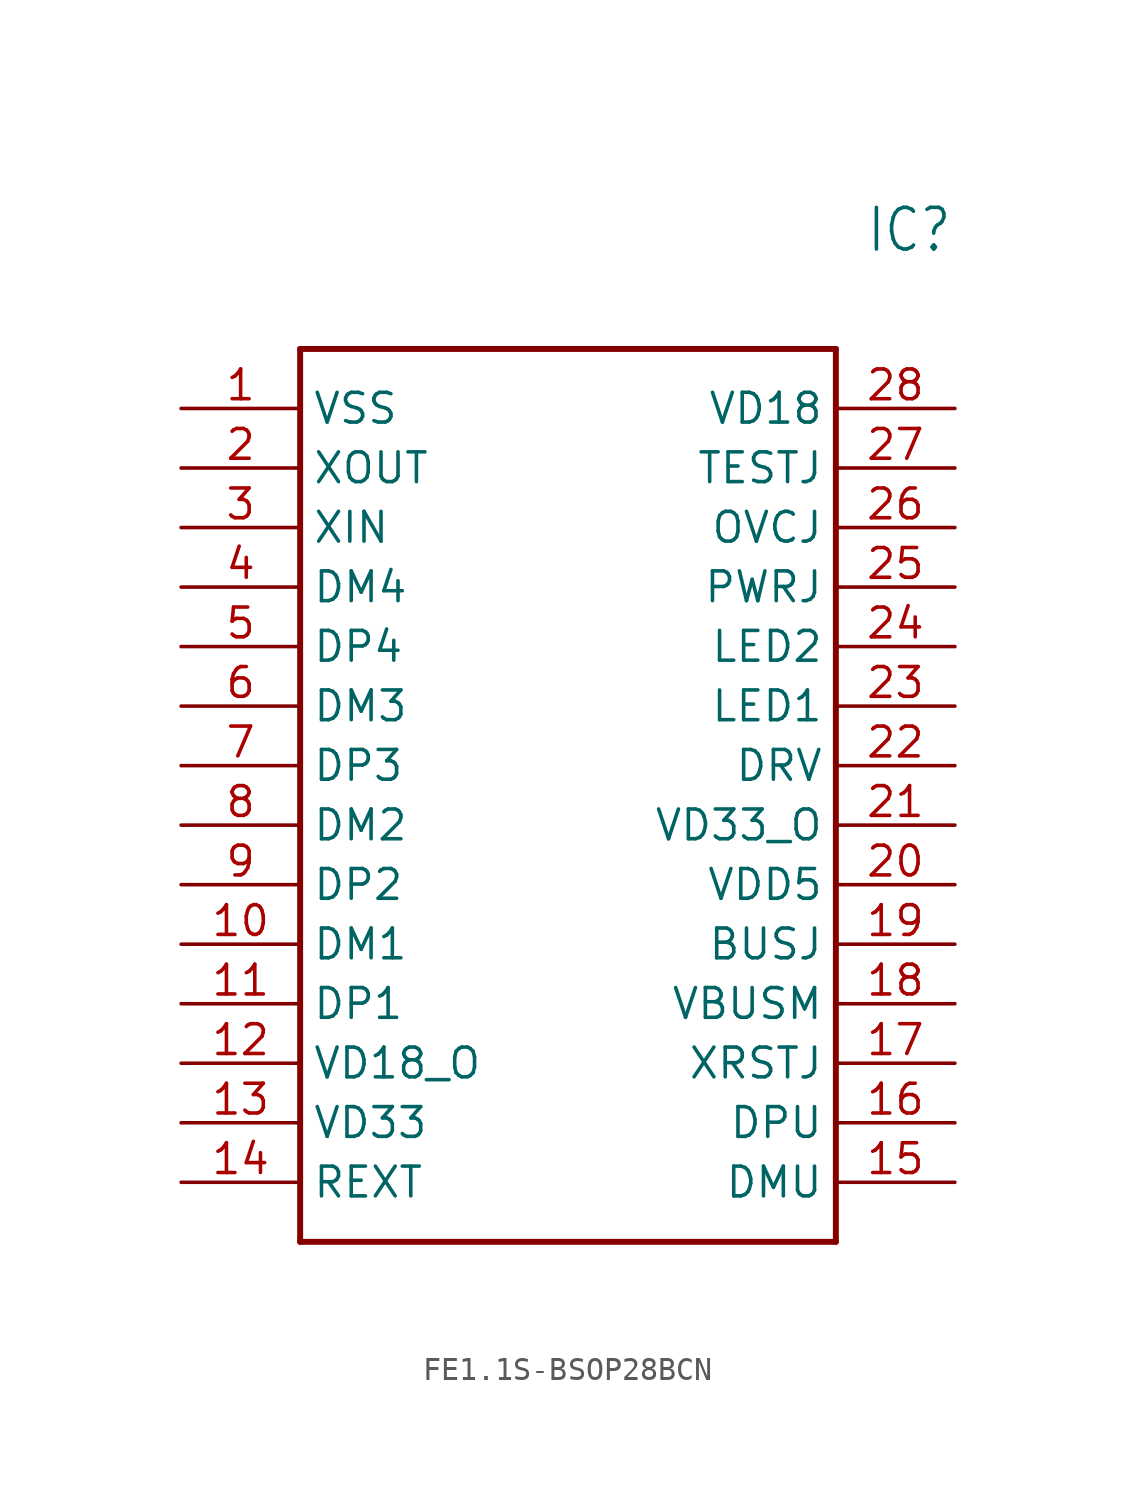
<source format=kicad_sym>
(kicad_symbol_lib
  (version 20220914)
  (generator kicad_symbol_editor)
  (symbol "FE1.1S-BSOP28BCN"
    (property "Reference" "IC"
      (at 29.21 7.62 0)
      (effects (font (size 1.778 1.511)) (justify left)))
    (property "Value" ""
      (at 29.21 5.08 0)
      (effects (font (size 1.778 1.511)) (justify left)))
    (property "ki_locked" ""
      (at 0 0 0)
      (effects (font (size 1.27 1.27))))
    (symbol "FE1.1S-BSOP28BCN_1_0"
      (polyline (pts (xy 5.08 2.54) (xy 5.08 -35.56)) (stroke (width 0.254) (type solid)) (fill (type none)))
      (polyline (pts (xy 5.08 2.54) (xy 27.94 2.54)) (stroke (width 0.254) (type solid)) (fill (type none)))
      (polyline (pts (xy 27.94 -35.56) (xy 5.08 -35.56)) (stroke (width 0.254) (type solid)) (fill (type none)))
      (polyline (pts (xy 27.94 -35.56) (xy 27.94 2.54)) (stroke (width 0.254) (type solid)) (fill (type none)))
      (pin bidirectional line (at 0 0 0) (length 5.08) (name "VSS" (effects (font (size 1.27 1.27)))) (number "1" (effects (font (size 1.27 1.27)))))
      (pin bidirectional line (at 0 -22.86 0) (length 5.08) (name "DM1" (effects (font (size 1.27 1.27)))) (number "10" (effects (font (size 1.27 1.27)))))
      (pin bidirectional line (at 0 -25.4 0) (length 5.08) (name "DP1" (effects (font (size 1.27 1.27)))) (number "11" (effects (font (size 1.27 1.27)))))
      (pin bidirectional line (at 0 -27.94 0) (length 5.08) (name "VD18_O" (effects (font (size 1.27 1.27)))) (number "12" (effects (font (size 1.27 1.27)))))
      (pin bidirectional line (at 0 -30.48 0) (length 5.08) (name "VD33" (effects (font (size 1.27 1.27)))) (number "13" (effects (font (size 1.27 1.27)))))
      (pin bidirectional line (at 0 -33.02 0) (length 5.08) (name "REXT" (effects (font (size 1.27 1.27)))) (number "14" (effects (font (size 1.27 1.27)))))
      (pin bidirectional line (at 33.02 -33.02 180) (length 5.08) (name "DMU" (effects (font (size 1.27 1.27)))) (number "15" (effects (font (size 1.27 1.27)))))
      (pin bidirectional line (at 33.02 -30.48 180) (length 5.08) (name "DPU" (effects (font (size 1.27 1.27)))) (number "16" (effects (font (size 1.27 1.27)))))
      (pin bidirectional line (at 33.02 -27.94 180) (length 5.08) (name "XRSTJ" (effects (font (size 1.27 1.27)))) (number "17" (effects (font (size 1.27 1.27)))))
      (pin bidirectional line (at 33.02 -25.4 180) (length 5.08) (name "VBUSM" (effects (font (size 1.27 1.27)))) (number "18" (effects (font (size 1.27 1.27)))))
      (pin bidirectional line (at 33.02 -22.86 180) (length 5.08) (name "BUSJ" (effects (font (size 1.27 1.27)))) (number "19" (effects (font (size 1.27 1.27)))))
      (pin bidirectional line (at 0 -2.54 0) (length 5.08) (name "XOUT" (effects (font (size 1.27 1.27)))) (number "2" (effects (font (size 1.27 1.27)))))
      (pin bidirectional line (at 33.02 -20.32 180) (length 5.08) (name "VDD5" (effects (font (size 1.27 1.27)))) (number "20" (effects (font (size 1.27 1.27)))))
      (pin bidirectional line (at 33.02 -17.78 180) (length 5.08) (name "VD33_O" (effects (font (size 1.27 1.27)))) (number "21" (effects (font (size 1.27 1.27)))))
      (pin bidirectional line (at 33.02 -15.24 180) (length 5.08) (name "DRV" (effects (font (size 1.27 1.27)))) (number "22" (effects (font (size 1.27 1.27)))))
      (pin bidirectional line (at 33.02 -12.7 180) (length 5.08) (name "LED1" (effects (font (size 1.27 1.27)))) (number "23" (effects (font (size 1.27 1.27)))))
      (pin bidirectional line (at 33.02 -10.16 180) (length 5.08) (name "LED2" (effects (font (size 1.27 1.27)))) (number "24" (effects (font (size 1.27 1.27)))))
      (pin bidirectional line (at 33.02 -7.62 180) (length 5.08) (name "PWRJ" (effects (font (size 1.27 1.27)))) (number "25" (effects (font (size 1.27 1.27)))))
      (pin bidirectional line (at 33.02 -5.08 180) (length 5.08) (name "OVCJ" (effects (font (size 1.27 1.27)))) (number "26" (effects (font (size 1.27 1.27)))))
      (pin bidirectional line (at 33.02 -2.54 180) (length 5.08) (name "TESTJ" (effects (font (size 1.27 1.27)))) (number "27" (effects (font (size 1.27 1.27)))))
      (pin bidirectional line (at 33.02 0 180) (length 5.08) (name "VD18" (effects (font (size 1.27 1.27)))) (number "28" (effects (font (size 1.27 1.27)))))
      (pin bidirectional line (at 0 -5.08 0) (length 5.08) (name "XIN" (effects (font (size 1.27 1.27)))) (number "3" (effects (font (size 1.27 1.27)))))
      (pin bidirectional line (at 0 -7.62 0) (length 5.08) (name "DM4" (effects (font (size 1.27 1.27)))) (number "4" (effects (font (size 1.27 1.27)))))
      (pin bidirectional line (at 0 -10.16 0) (length 5.08) (name "DP4" (effects (font (size 1.27 1.27)))) (number "5" (effects (font (size 1.27 1.27)))))
      (pin bidirectional line (at 0 -12.7 0) (length 5.08) (name "DM3" (effects (font (size 1.27 1.27)))) (number "6" (effects (font (size 1.27 1.27)))))
      (pin bidirectional line (at 0 -15.24 0) (length 5.08) (name "DP3" (effects (font (size 1.27 1.27)))) (number "7" (effects (font (size 1.27 1.27)))))
      (pin bidirectional line (at 0 -17.78 0) (length 5.08) (name "DM2" (effects (font (size 1.27 1.27)))) (number "8" (effects (font (size 1.27 1.27)))))
      (pin bidirectional line (at 0 -20.32 0) (length 5.08) (name "DP2" (effects (font (size 1.27 1.27)))) (number "9" (effects (font (size 1.27 1.27))))))))
</source>
